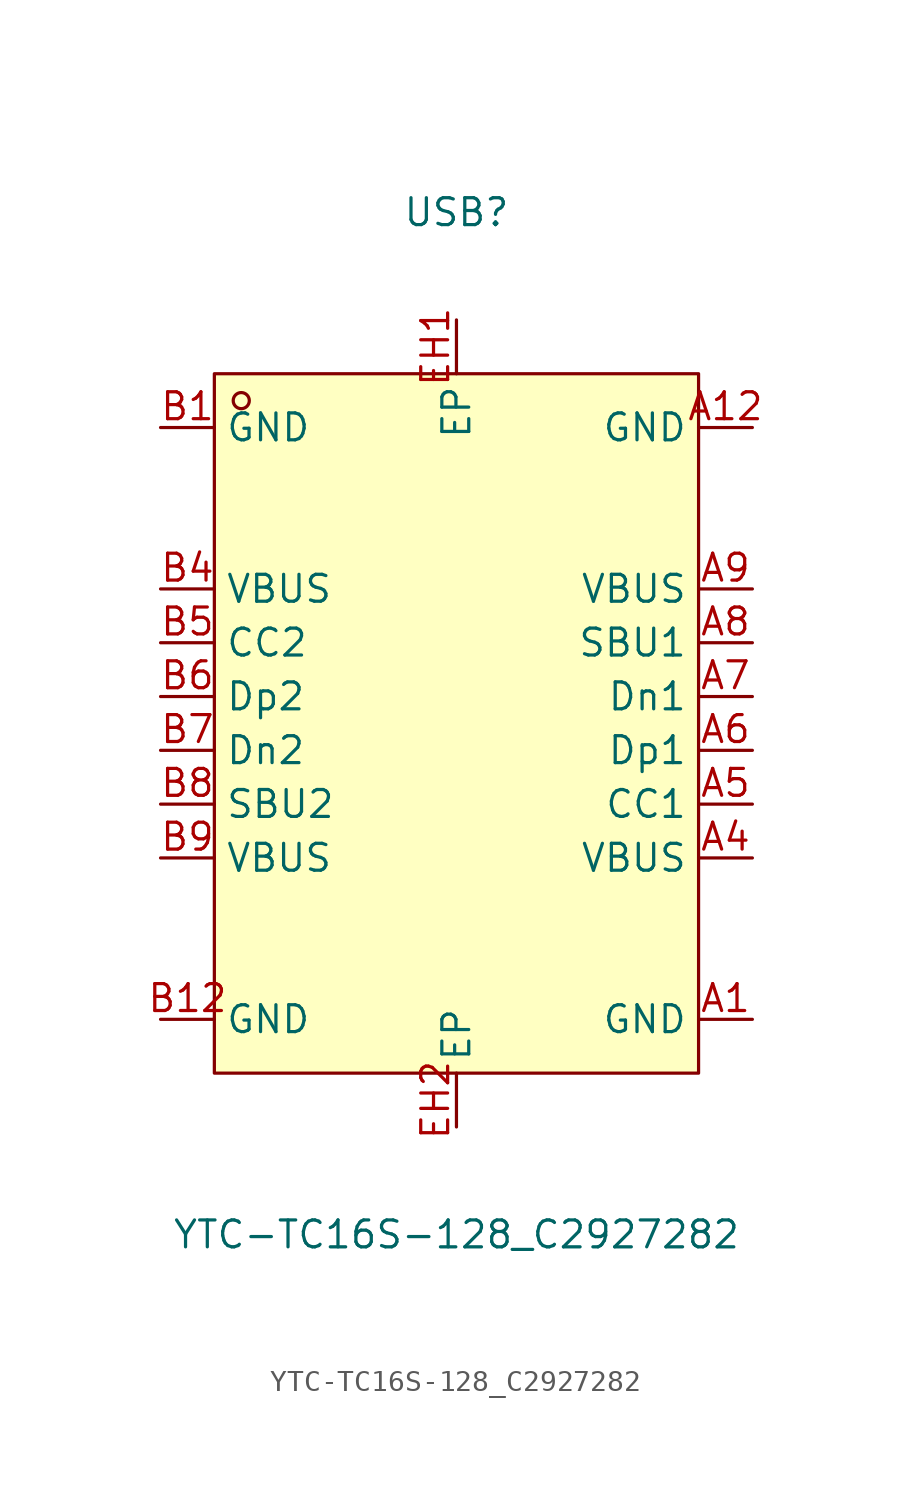
<source format=kicad_sym>
(kicad_symbol_lib
  (version 20211014)
  (generator https://github.com/uPesy/easyeda2kicad.py)
  (symbol "YTC-TC16S-128_C2927282"
    (property "Reference" "USB"
      (at 0 22.86 0)
      (effects (font (size 1.27 1.27))))
    (property "Value" "YTC-TC16S-128_C2927282"
      (at 0 -25.40 0)
      (effects (font (size 1.27 1.27))))
    (symbol "YTC-TC16S-128_C2927282_0_1"
      (rectangle (start -11.43 15.24) (end 11.43 -17.78) (stroke (width 0) (type default) (color 0 0 0 0)) (fill (type background)))
      (circle (center -10.16 13.97) (radius 0.38) (stroke (width 0) (type default) (color 0 0 0 0)) (fill (type none)))
      (pin unspecified line (at 0.00 -20.32 90) (length 2.54) (name "EP" (effects (font (size 1.27 1.27)))) (number "EH2" (effects (font (size 1.27 1.27)))))
      (pin unspecified line (at 0.00 17.78 270) (length 2.54) (name "EP" (effects (font (size 1.27 1.27)))) (number "EH1" (effects (font (size 1.27 1.27)))))
      (pin unspecified line (at 13.97 12.70 180) (length 2.54) (name "GND" (effects (font (size 1.27 1.27)))) (number "A12" (effects (font (size 1.27 1.27)))))
      (pin unspecified line (at 13.97 5.08 180) (length 2.54) (name "VBUS" (effects (font (size 1.27 1.27)))) (number "A9" (effects (font (size 1.27 1.27)))))
      (pin unspecified line (at 13.97 2.54 180) (length 2.54) (name "SBU1" (effects (font (size 1.27 1.27)))) (number "A8" (effects (font (size 1.27 1.27)))))
      (pin unspecified line (at 13.97 -0.00 180) (length 2.54) (name "Dn1" (effects (font (size 1.27 1.27)))) (number "A7" (effects (font (size 1.27 1.27)))))
      (pin unspecified line (at 13.97 -2.54 180) (length 2.54) (name "Dp1" (effects (font (size 1.27 1.27)))) (number "A6" (effects (font (size 1.27 1.27)))))
      (pin unspecified line (at 13.97 -5.08 180) (length 2.54) (name "CC1" (effects (font (size 1.27 1.27)))) (number "A5" (effects (font (size 1.27 1.27)))))
      (pin unspecified line (at 13.97 -7.62 180) (length 2.54) (name "VBUS" (effects (font (size 1.27 1.27)))) (number "A4" (effects (font (size 1.27 1.27)))))
      (pin unspecified line (at 13.97 -15.24 180) (length 2.54) (name "GND" (effects (font (size 1.27 1.27)))) (number "A1" (effects (font (size 1.27 1.27)))))
      (pin unspecified line (at -13.97 -15.24 0) (length 2.54) (name "GND" (effects (font (size 1.27 1.27)))) (number "B12" (effects (font (size 1.27 1.27)))))
      (pin unspecified line (at -13.97 -7.62 0) (length 2.54) (name "VBUS" (effects (font (size 1.27 1.27)))) (number "B9" (effects (font (size 1.27 1.27)))))
      (pin unspecified line (at -13.97 -5.08 0) (length 2.54) (name "SBU2" (effects (font (size 1.27 1.27)))) (number "B8" (effects (font (size 1.27 1.27)))))
      (pin unspecified line (at -13.97 -2.54 0) (length 2.54) (name "Dn2" (effects (font (size 1.27 1.27)))) (number "B7" (effects (font (size 1.27 1.27)))))
      (pin unspecified line (at -13.97 -0.00 0) (length 2.54) (name "Dp2" (effects (font (size 1.27 1.27)))) (number "B6" (effects (font (size 1.27 1.27)))))
      (pin unspecified line (at -13.97 2.54 0) (length 2.54) (name "CC2" (effects (font (size 1.27 1.27)))) (number "B5" (effects (font (size 1.27 1.27)))))
      (pin unspecified line (at -13.97 5.08 0) (length 2.54) (name "VBUS" (effects (font (size 1.27 1.27)))) (number "B4" (effects (font (size 1.27 1.27)))))
      (pin unspecified line (at -13.97 12.70 0) (length 2.54) (name "GND" (effects (font (size 1.27 1.27)))) (number "B1" (effects (font (size 1.27 1.27))))))))
</source>
